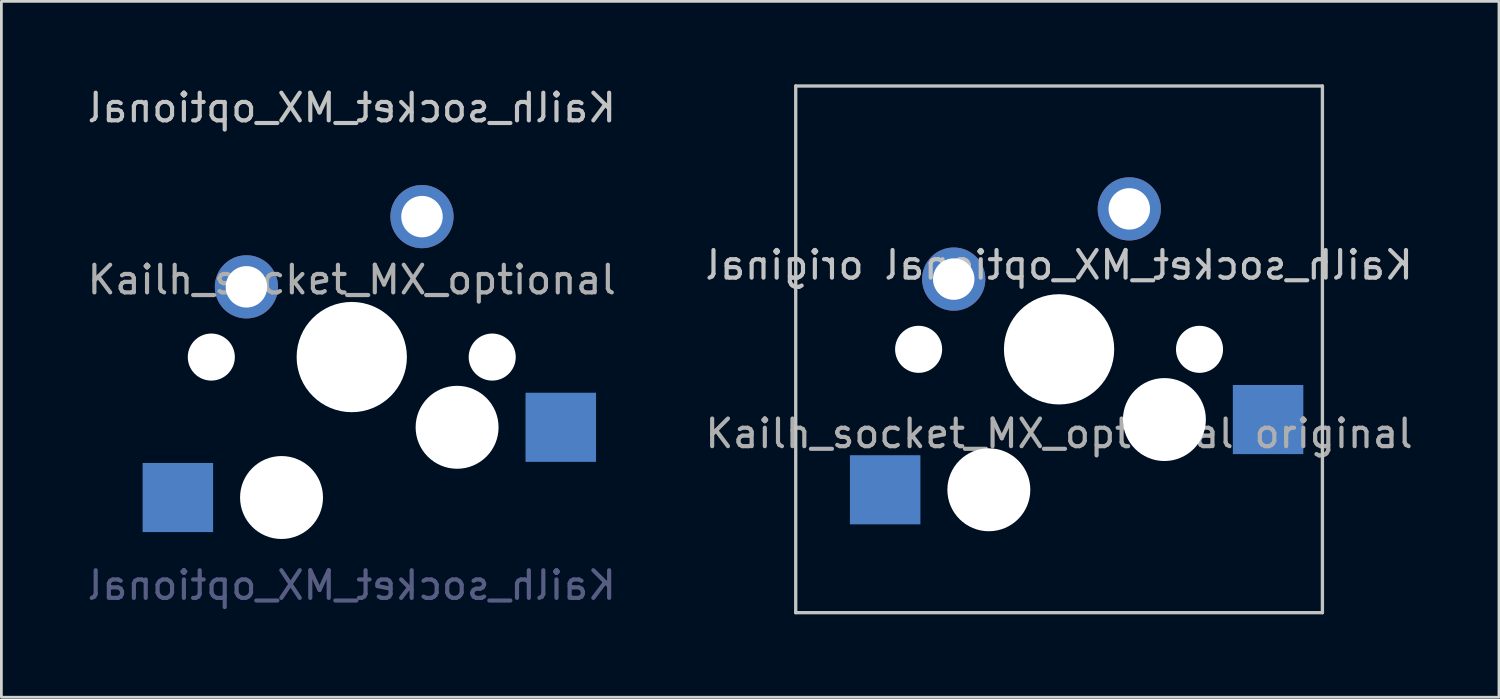
<source format=kicad_pcb>
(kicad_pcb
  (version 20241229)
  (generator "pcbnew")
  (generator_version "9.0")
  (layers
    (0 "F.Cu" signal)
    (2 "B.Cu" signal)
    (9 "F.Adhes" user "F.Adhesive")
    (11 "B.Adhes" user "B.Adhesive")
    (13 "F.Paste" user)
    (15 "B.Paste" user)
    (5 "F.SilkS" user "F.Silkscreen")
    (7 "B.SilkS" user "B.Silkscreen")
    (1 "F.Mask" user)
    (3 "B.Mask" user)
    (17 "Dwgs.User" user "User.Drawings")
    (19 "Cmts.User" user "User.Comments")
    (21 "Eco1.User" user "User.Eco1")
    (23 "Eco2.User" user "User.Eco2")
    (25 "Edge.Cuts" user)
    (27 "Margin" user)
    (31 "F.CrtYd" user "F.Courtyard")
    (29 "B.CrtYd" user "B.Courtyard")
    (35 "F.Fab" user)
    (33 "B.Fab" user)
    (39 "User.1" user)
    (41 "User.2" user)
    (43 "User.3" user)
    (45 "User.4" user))
  (footprint "Kailh_socket_MX_optional"
    (layer "F.Cu")
    (at 9.673 9.865)
    (property "Reference" "Kailh_socket_MX_optional" (at 0 -9.017 0) (layer "Dwgs.User") (effects (font (size 1 1) (thickness 0.15)) (justify mirror)))
    (property "Value" "Kailh_socket_MX_optional" (at 0 8.255 0) (layer "F.Fab") (hide yes) (effects (font (size 1 1) (thickness 0.15))))
    (attr through_hole)
    (fp_text user "${VALUE}" (at 0 8.255 0) (layer "B.Fab") (effects (font (size 1 1) (thickness 0.15)) (justify mirror)))
    (fp_text user "${REFERENCE}" (at 0 -2.794 0) (layer "F.Fab") (effects (font (size 1 1) (thickness 0.15))))
    (pad "" np_thru_hole circle (at -5.08 0) (size 1.702 1.702) (drill 1.702) (layers "*.Cu" "*.Mask"))
    (pad "" np_thru_hole circle (at -2.54 5.08) (size 3 3) (drill 3) (layers "*.Cu" "*.Mask"))
    (pad "" np_thru_hole circle (at 0 0) (size 3.988 3.988) (drill 3.988) (layers "*.Cu" "*.Mask"))
    (pad "" np_thru_hole circle (at 3.81 2.54) (size 3 3) (drill 3) (layers "*.Cu" "*.Mask"))
    (pad "" np_thru_hole circle (at 5.08 0) (size 1.702 1.702) (drill 1.702) (layers "*.Cu" "*.Mask"))
    (pad "1" smd rect (at -6.29 5.08) (size 2.55 2.5) (layers "B.Cu" "B.Mask" "B.Paste"))
    (pad "1" thru_hole circle (at 2.54 -5.08) (size 2.286 2.286) (drill 1.499) (layers "*.Cu" "*.Mask"))
    (pad "2" thru_hole circle (at -3.81 -2.54) (size 2.286 2.286) (drill 1.499) (layers "*.Cu" "*.Mask"))
    (pad "2" smd rect (at 7.56 2.54) (size 2.55 2.5) (layers "B.Cu" "B.Mask" "B.Paste")))
  (footprint "Kailh_socket_MX_optional original"
    (layer "F.Cu")
    (at 35.256 9.585)
    (property "Reference" "Kailh_socket_MX_optional original" (at 0 -3.048 0) (layer "Dwgs.User") (effects (font (size 1 1) (thickness 0.15)) (justify mirror)))
    (attr through_hole)
    (fp_line (start -9.525 9.525) (end -9.525 -9.525) (stroke (width 0.12) (type solid)) (layer "Dwgs.User"))
    (fp_line (start -9.525 9.525) (end 9.525 9.525) (stroke (width 0.12) (type solid)) (layer "Dwgs.User"))
    (fp_line (start 9.525 -9.525) (end -9.525 -9.525) (stroke (width 0.12) (type solid)) (layer "Dwgs.User"))
    (fp_line (start 9.525 -9.525) (end 9.525 9.525) (stroke (width 0.12) (type solid)) (layer "Dwgs.User"))
    (fp_text user "${REFERENCE}" (at 0 3.048 0) (layer "F.Fab") (effects (font (size 1 1) (thickness 0.15))))
    (pad "" np_thru_hole circle (at -5.08 0) (size 1.702 1.702) (drill 1.702) (layers "*.Cu" "*.Mask"))
    (pad "" np_thru_hole circle (at -2.54 5.08) (size 3 3) (drill 3) (layers "*.Cu" "*.Mask"))
    (pad "" np_thru_hole circle (at 0 0) (size 3.988 3.988) (drill 3.988) (layers "*.Cu" "*.Mask"))
    (pad "" np_thru_hole circle (at 3.81 2.54) (size 3 3) (drill 3) (layers "*.Cu" "*.Mask"))
    (pad "" np_thru_hole circle (at 5.08 0) (size 1.702 1.702) (drill 1.702) (layers "*.Cu" "*.Mask"))
    (pad "1" smd rect (at -6.29 5.08) (size 2.55 2.5) (layers "B.Cu" "B.Mask" "B.Paste"))
    (pad "1" thru_hole circle (at 2.54 -5.08) (size 2.286 2.286) (drill 1.499) (layers "*.Cu" "B.Mask"))
    (pad "2" thru_hole circle (at -3.81 -2.54) (size 2.286 2.286) (drill 1.499) (layers "*.Cu" "B.Mask"))
    (pad "2" smd rect (at 7.56 2.54) (size 2.55 2.5) (layers "B.Cu" "B.Mask" "B.Paste")))
  (gr_rect
    (start -3 -3)
    (end 51.167 22.17)
    (stroke (width 0.1) (type default))
    (fill no)
    (layer "Edge.Cuts")))
</source>
